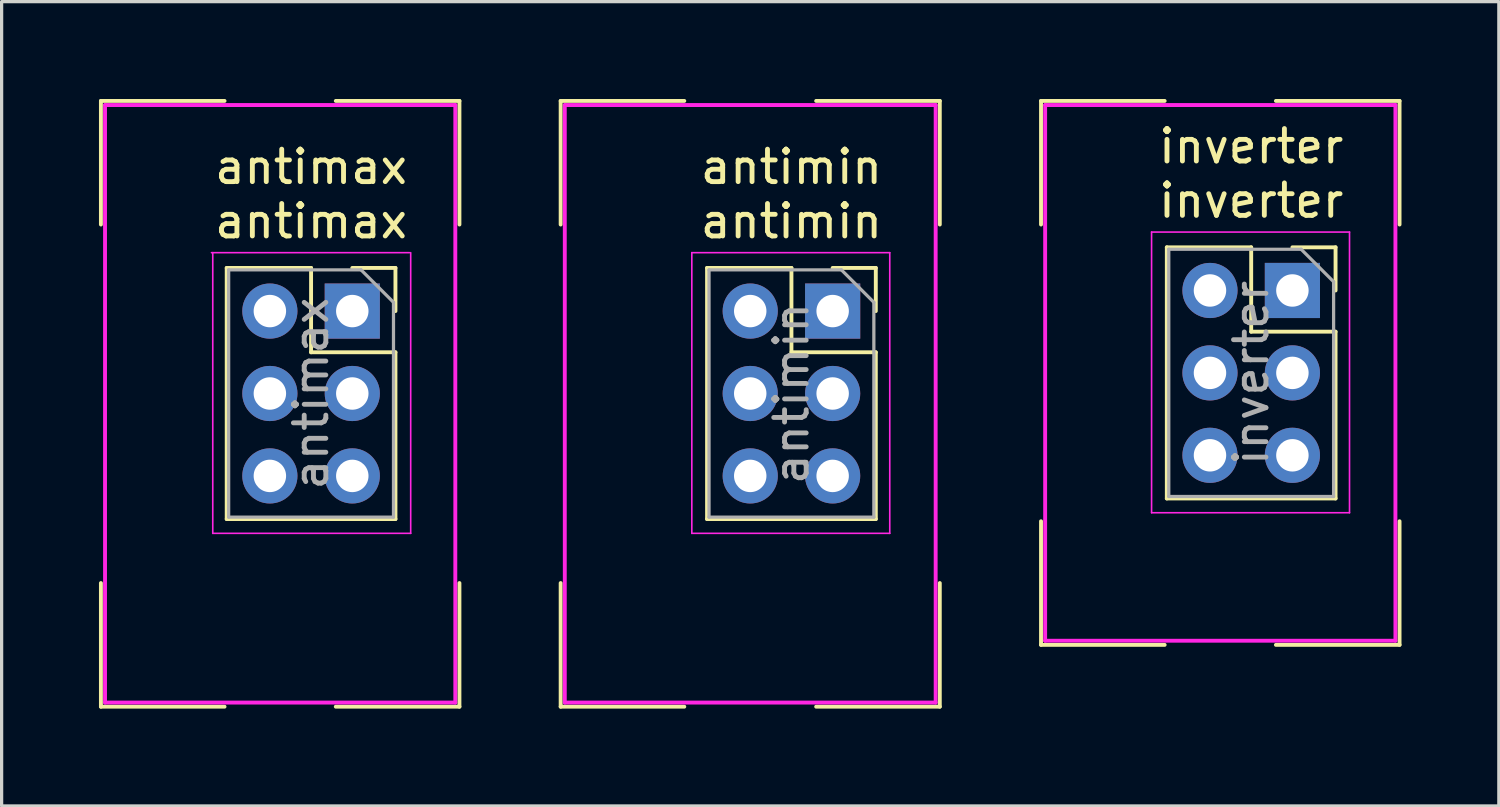
<source format=kicad_pcb>
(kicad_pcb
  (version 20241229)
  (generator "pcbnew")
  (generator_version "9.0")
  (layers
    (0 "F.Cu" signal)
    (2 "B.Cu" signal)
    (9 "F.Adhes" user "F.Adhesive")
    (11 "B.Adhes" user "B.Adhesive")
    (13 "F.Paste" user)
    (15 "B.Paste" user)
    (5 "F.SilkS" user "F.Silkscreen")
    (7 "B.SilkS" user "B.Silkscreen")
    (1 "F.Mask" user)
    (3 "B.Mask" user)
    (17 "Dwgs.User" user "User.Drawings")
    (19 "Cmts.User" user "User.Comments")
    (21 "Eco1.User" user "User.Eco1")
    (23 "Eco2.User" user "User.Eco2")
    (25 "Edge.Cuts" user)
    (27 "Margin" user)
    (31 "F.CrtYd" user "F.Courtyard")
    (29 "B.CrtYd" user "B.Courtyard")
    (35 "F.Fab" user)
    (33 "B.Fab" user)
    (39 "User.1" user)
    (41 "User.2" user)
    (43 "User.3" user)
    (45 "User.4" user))
  (footprint "inverter"
    (layer "F.Cu")
    (at 36.78 5.902)
    (property "Reference" "inverter" (at -1.27 -2.77 0) (layer "F.SilkS") (effects (font (size 1 1) (thickness 0.15))))
    (attr through_hole)
    (fp_line (start -7.747 -5.842) (end -7.747 -2.032) (stroke (width 0.12) (type solid)) (layer "F.SilkS"))
    (fp_line (start -7.747 -5.842) (end -3.937 -5.842) (stroke (width 0.12) (type solid)) (layer "F.SilkS"))
    (fp_line (start -7.747 10.922) (end -7.747 7.112) (stroke (width 0.12) (type solid)) (layer "F.SilkS"))
    (fp_line (start -7.747 10.922) (end -3.937 10.922) (stroke (width 0.12) (type solid)) (layer "F.SilkS"))
    (fp_line (start -3.87 -1.33) (end -3.87 6.41) (stroke (width 0.12) (type solid)) (layer "F.SilkS"))
    (fp_line (start -3.87 -1.33) (end -1.27 -1.33) (stroke (width 0.12) (type solid)) (layer "F.SilkS"))
    (fp_line (start -3.87 6.41) (end 1.33 6.41) (stroke (width 0.12) (type solid)) (layer "F.SilkS"))
    (fp_line (start -1.27 -1.33) (end -1.27 1.27) (stroke (width 0.12) (type solid)) (layer "F.SilkS"))
    (fp_line (start -1.27 1.27) (end 1.33 1.27) (stroke (width 0.12) (type solid)) (layer "F.SilkS"))
    (fp_line (start 0 -1.33) (end 1.33 -1.33) (stroke (width 0.12) (type solid)) (layer "F.SilkS"))
    (fp_line (start 1.33 -1.33) (end 1.33 0) (stroke (width 0.12) (type solid)) (layer "F.SilkS"))
    (fp_line (start 1.33 1.27) (end 1.33 6.41) (stroke (width 0.12) (type solid)) (layer "F.SilkS"))
    (fp_line (start 3.302 -5.842) (end -0.508 -5.842) (stroke (width 0.12) (type solid)) (layer "F.SilkS"))
    (fp_line (start 3.302 -5.842) (end 3.302 -2.032) (stroke (width 0.12) (type solid)) (layer "F.SilkS"))
    (fp_line (start 3.302 10.922) (end -0.508 10.922) (stroke (width 0.12) (type solid)) (layer "F.SilkS"))
    (fp_line (start 3.302 10.922) (end 3.302 7.112) (stroke (width 0.12) (type solid)) (layer "F.SilkS"))
    (fp_line (start -7.62 -5.715) (end 3.175 -5.715) (stroke (width 0.12) (type solid)) (layer "F.CrtYd"))
    (fp_line (start -7.62 10.795) (end -7.62 -5.715) (stroke (width 0.12) (type solid)) (layer "F.CrtYd"))
    (fp_line (start -4.34 -1.8) (end 1.76 -1.8) (stroke (width 0.05) (type solid)) (layer "F.CrtYd"))
    (fp_line (start -4.34 6.85) (end -4.34 -1.8) (stroke (width 0.05) (type solid)) (layer "F.CrtYd"))
    (fp_line (start 1.76 -1.8) (end 1.76 6.85) (stroke (width 0.05) (type solid)) (layer "F.CrtYd"))
    (fp_line (start 1.76 6.85) (end -4.34 6.85) (stroke (width 0.05) (type solid)) (layer "F.CrtYd"))
    (fp_line (start 3.175 -5.715) (end 3.175 10.795) (stroke (width 0.12) (type solid)) (layer "F.CrtYd"))
    (fp_line (start 3.175 10.795) (end -7.62 10.795) (stroke (width 0.12) (type solid)) (layer "F.CrtYd"))
    (fp_line (start -3.81 -1.27) (end 0.27 -1.27) (stroke (width 0.1) (type solid)) (layer "F.Fab"))
    (fp_line (start -3.81 6.35) (end -3.81 -1.27) (stroke (width 0.1) (type solid)) (layer "F.Fab"))
    (fp_line (start 0.27 -1.27) (end 1.27 -0.27) (stroke (width 0.1) (type solid)) (layer "F.Fab"))
    (fp_line (start 1.27 -0.27) (end 1.27 6.35) (stroke (width 0.1) (type solid)) (layer "F.Fab"))
    (fp_line (start 1.27 6.35) (end -3.81 6.35) (stroke (width 0.1) (type solid)) (layer "F.Fab"))
    (fp_text user "inverter" (at -1.27 -4.445 0) (layer "F.SilkS") (effects (font (size 1 1) (thickness 0.15))))
    (fp_text user "${REFERENCE}" (at -1.27 2.54 90) (layer "F.Fab") (effects (font (size 1 1) (thickness 0.15))))
    (pad "1" thru_hole rect (at 0 0) (size 1.7 1.7) (drill 1) (layers "*.Cu" "*.Mask"))
    (pad "2" thru_hole oval (at -2.54 0) (size 1.7 1.7) (drill 1) (layers "*.Cu" "*.Mask"))
    (pad "3" thru_hole oval (at 0 2.54) (size 1.7 1.7) (drill 1) (layers "*.Cu" "*.Mask"))
    (pad "4" thru_hole oval (at -2.54 2.54) (size 1.7 1.7) (drill 1) (layers "*.Cu" "*.Mask"))
    (pad "5" thru_hole oval (at 0 5.08) (size 1.7 1.7) (drill 1) (layers "*.Cu" "*.Mask"))
    (pad "6" thru_hole oval (at -2.54 5.08) (size 1.7 1.7) (drill 1) (layers "*.Cu" "*.Mask")))
  (footprint "antimin"
    (layer "F.Cu")
    (at 22.611 6.537)
    (property "Reference" "antimin" (at -1.27 -2.77 0) (layer "F.SilkS") (effects (font (size 1 1) (thickness 0.15))))
    (attr through_hole)
    (fp_line (start -8.382 -6.477) (end -8.382 -2.667) (stroke (width 0.12) (type solid)) (layer "F.SilkS"))
    (fp_line (start -8.382 -6.477) (end -4.572 -6.477) (stroke (width 0.12) (type solid)) (layer "F.SilkS"))
    (fp_line (start -8.382 12.192) (end -8.382 8.382) (stroke (width 0.12) (type solid)) (layer "F.SilkS"))
    (fp_line (start -8.382 12.192) (end -4.572 12.192) (stroke (width 0.12) (type solid)) (layer "F.SilkS"))
    (fp_line (start -3.87 -1.33) (end -3.87 6.41) (stroke (width 0.12) (type solid)) (layer "F.SilkS"))
    (fp_line (start -3.87 -1.33) (end -1.27 -1.33) (stroke (width 0.12) (type solid)) (layer "F.SilkS"))
    (fp_line (start -3.87 6.41) (end 1.33 6.41) (stroke (width 0.12) (type solid)) (layer "F.SilkS"))
    (fp_line (start -1.27 -1.33) (end -1.27 1.27) (stroke (width 0.12) (type solid)) (layer "F.SilkS"))
    (fp_line (start -1.27 1.27) (end 1.33 1.27) (stroke (width 0.12) (type solid)) (layer "F.SilkS"))
    (fp_line (start 0 -1.33) (end 1.33 -1.33) (stroke (width 0.12) (type solid)) (layer "F.SilkS"))
    (fp_line (start 1.33 -1.33) (end 1.33 0) (stroke (width 0.12) (type solid)) (layer "F.SilkS"))
    (fp_line (start 1.33 1.27) (end 1.33 6.41) (stroke (width 0.12) (type solid)) (layer "F.SilkS"))
    (fp_line (start 3.302 -6.477) (end -0.508 -6.477) (stroke (width 0.12) (type solid)) (layer "F.SilkS"))
    (fp_line (start 3.302 -6.477) (end 3.302 -2.667) (stroke (width 0.12) (type solid)) (layer "F.SilkS"))
    (fp_line (start 3.302 12.192) (end -0.508 12.192) (stroke (width 0.12) (type solid)) (layer "F.SilkS"))
    (fp_line (start 3.302 12.192) (end 3.302 8.382) (stroke (width 0.12) (type solid)) (layer "F.SilkS"))
    (fp_line (start -8.255 -6.35) (end -8.255 12.065) (stroke (width 0.12) (type solid)) (layer "F.CrtYd"))
    (fp_line (start -8.255 12.065) (end 3.175 12.065) (stroke (width 0.12) (type solid)) (layer "F.CrtYd"))
    (fp_line (start -4.34 -1.8) (end 1.76 -1.8) (stroke (width 0.05) (type solid)) (layer "F.CrtYd"))
    (fp_line (start -4.34 6.85) (end -4.34 -1.8) (stroke (width 0.05) (type solid)) (layer "F.CrtYd"))
    (fp_line (start 1.76 -1.8) (end 1.76 6.85) (stroke (width 0.05) (type solid)) (layer "F.CrtYd"))
    (fp_line (start 1.76 6.85) (end -4.34 6.85) (stroke (width 0.05) (type solid)) (layer "F.CrtYd"))
    (fp_line (start 3.175 -6.35) (end -8.255 -6.35) (stroke (width 0.12) (type solid)) (layer "F.CrtYd"))
    (fp_line (start 3.175 12.065) (end 3.175 -6.35) (stroke (width 0.12) (type solid)) (layer "F.CrtYd"))
    (fp_line (start -3.81 -1.27) (end 0.27 -1.27) (stroke (width 0.1) (type solid)) (layer "F.Fab"))
    (fp_line (start -3.81 6.35) (end -3.81 -1.27) (stroke (width 0.1) (type solid)) (layer "F.Fab"))
    (fp_line (start 0.27 -1.27) (end 1.27 -0.27) (stroke (width 0.1) (type solid)) (layer "F.Fab"))
    (fp_line (start 1.27 -0.27) (end 1.27 6.35) (stroke (width 0.1) (type solid)) (layer "F.Fab"))
    (fp_line (start 1.27 6.35) (end -3.81 6.35) (stroke (width 0.1) (type solid)) (layer "F.Fab"))
    (fp_text user "antimin" (at -1.27 -4.445 0) (layer "F.SilkS") (effects (font (size 1 1) (thickness 0.15))))
    (fp_text user "${REFERENCE}" (at -1.27 2.54 90) (layer "F.Fab") (effects (font (size 1 1) (thickness 0.15))))
    (pad "1" thru_hole rect (at 0 0) (size 1.7 1.7) (drill 1) (layers "*.Cu" "*.Mask"))
    (pad "2" thru_hole oval (at -2.54 0) (size 1.7 1.7) (drill 1) (layers "*.Cu" "*.Mask"))
    (pad "3" thru_hole oval (at 0 2.54) (size 1.7 1.7) (drill 1) (layers "*.Cu" "*.Mask"))
    (pad "4" thru_hole oval (at -2.54 2.54) (size 1.7 1.7) (drill 1) (layers "*.Cu" "*.Mask"))
    (pad "5" thru_hole oval (at 0 5.08) (size 1.7 1.7) (drill 1) (layers "*.Cu" "*.Mask"))
    (pad "6" thru_hole oval (at -2.54 5.08) (size 1.7 1.7) (drill 1) (layers "*.Cu" "*.Mask")))
  (footprint "antimax"
    (layer "F.Cu")
    (at 7.807 6.537)
    (property "Reference" "antimax" (at -1.27 -2.77 0) (layer "F.SilkS") (effects (font (size 1 1) (thickness 0.15))))
    (attr through_hole)
    (fp_line (start -7.747 -6.477) (end -7.747 -2.667) (stroke (width 0.12) (type solid)) (layer "F.SilkS"))
    (fp_line (start -7.747 -6.477) (end -3.937 -6.477) (stroke (width 0.12) (type solid)) (layer "F.SilkS"))
    (fp_line (start -7.747 12.192) (end -7.747 8.382) (stroke (width 0.12) (type solid)) (layer "F.SilkS"))
    (fp_line (start -7.747 12.192) (end -3.937 12.192) (stroke (width 0.12) (type solid)) (layer "F.SilkS"))
    (fp_line (start -3.87 -1.33) (end -3.87 6.41) (stroke (width 0.12) (type solid)) (layer "F.SilkS"))
    (fp_line (start -3.87 -1.33) (end -1.27 -1.33) (stroke (width 0.12) (type solid)) (layer "F.SilkS"))
    (fp_line (start -3.87 6.41) (end 1.33 6.41) (stroke (width 0.12) (type solid)) (layer "F.SilkS"))
    (fp_line (start -1.27 -1.33) (end -1.27 1.27) (stroke (width 0.12) (type solid)) (layer "F.SilkS"))
    (fp_line (start -1.27 1.27) (end 1.33 1.27) (stroke (width 0.12) (type solid)) (layer "F.SilkS"))
    (fp_line (start 0 -1.33) (end 1.33 -1.33) (stroke (width 0.12) (type solid)) (layer "F.SilkS"))
    (fp_line (start 1.33 -1.33) (end 1.33 0) (stroke (width 0.12) (type solid)) (layer "F.SilkS"))
    (fp_line (start 1.33 1.27) (end 1.33 6.41) (stroke (width 0.12) (type solid)) (layer "F.SilkS"))
    (fp_line (start 3.302 -6.477) (end -0.508 -6.477) (stroke (width 0.12) (type solid)) (layer "F.SilkS"))
    (fp_line (start 3.302 -6.477) (end 3.302 -2.667) (stroke (width 0.12) (type solid)) (layer "F.SilkS"))
    (fp_line (start 3.302 12.192) (end -0.508 12.192) (stroke (width 0.12) (type solid)) (layer "F.SilkS"))
    (fp_line (start 3.302 12.192) (end 3.302 8.382) (stroke (width 0.12) (type solid)) (layer "F.SilkS"))
    (fp_line (start -7.62 -6.35) (end -7.62 12.065) (stroke (width 0.12) (type solid)) (layer "F.CrtYd"))
    (fp_line (start -7.62 12.065) (end 3.175 12.065) (stroke (width 0.12) (type solid)) (layer "F.CrtYd"))
    (fp_line (start -4.34 -1.8) (end 1.76 -1.8) (stroke (width 0.05) (type solid)) (layer "F.CrtYd"))
    (fp_line (start -4.3 -1.8) (end -4.3 6.85) (stroke (width 0.05) (type solid)) (layer "F.CrtYd"))
    (fp_line (start -4.3 6.85) (end 1.8 6.85) (stroke (width 0.05) (type solid)) (layer "F.CrtYd"))
    (fp_line (start 1.8 6.85) (end 1.8 -1.8) (stroke (width 0.05) (type solid)) (layer "F.CrtYd"))
    (fp_line (start 3.175 -6.35) (end -7.62 -6.35) (stroke (width 0.12) (type solid)) (layer "F.CrtYd"))
    (fp_line (start 3.175 12.065) (end 3.175 -6.35) (stroke (width 0.12) (type solid)) (layer "F.CrtYd"))
    (fp_line (start -3.81 -1.27) (end 0.27 -1.27) (stroke (width 0.1) (type solid)) (layer "F.Fab"))
    (fp_line (start -3.81 6.35) (end -3.81 -1.27) (stroke (width 0.1) (type solid)) (layer "F.Fab"))
    (fp_line (start 0.27 -1.27) (end 1.27 -0.27) (stroke (width 0.1) (type solid)) (layer "F.Fab"))
    (fp_line (start 1.27 -0.27) (end 1.27 6.35) (stroke (width 0.1) (type solid)) (layer "F.Fab"))
    (fp_line (start 1.27 6.35) (end -3.81 6.35) (stroke (width 0.1) (type solid)) (layer "F.Fab"))
    (fp_text user "antimax" (at -1.27 -4.445 0) (layer "F.SilkS") (effects (font (size 1 1) (thickness 0.15))))
    (fp_text user "${REFERENCE}" (at -1.27 2.54 90) (layer "F.Fab") (effects (font (size 1 1) (thickness 0.15))))
    (pad "1" thru_hole rect (at 0 0) (size 1.7 1.7) (drill 1) (layers "*.Cu" "*.Mask"))
    (pad "2" thru_hole oval (at -2.54 0) (size 1.7 1.7) (drill 1) (layers "*.Cu" "*.Mask"))
    (pad "3" thru_hole oval (at 0 2.54) (size 1.7 1.7) (drill 1) (layers "*.Cu" "*.Mask"))
    (pad "4" thru_hole oval (at -2.54 2.54) (size 1.7 1.7) (drill 1) (layers "*.Cu" "*.Mask"))
    (pad "5" thru_hole oval (at 0 5.08) (size 1.7 1.7) (drill 1) (layers "*.Cu" "*.Mask"))
    (pad "6" thru_hole oval (at -2.54 5.08) (size 1.7 1.7) (drill 1) (layers "*.Cu" "*.Mask")))
  (gr_rect
    (start -3 -3)
    (end 43.142 21.789)
    (stroke (width 0.1) (type default))
    (fill no)
    (layer "Edge.Cuts")))
</source>
